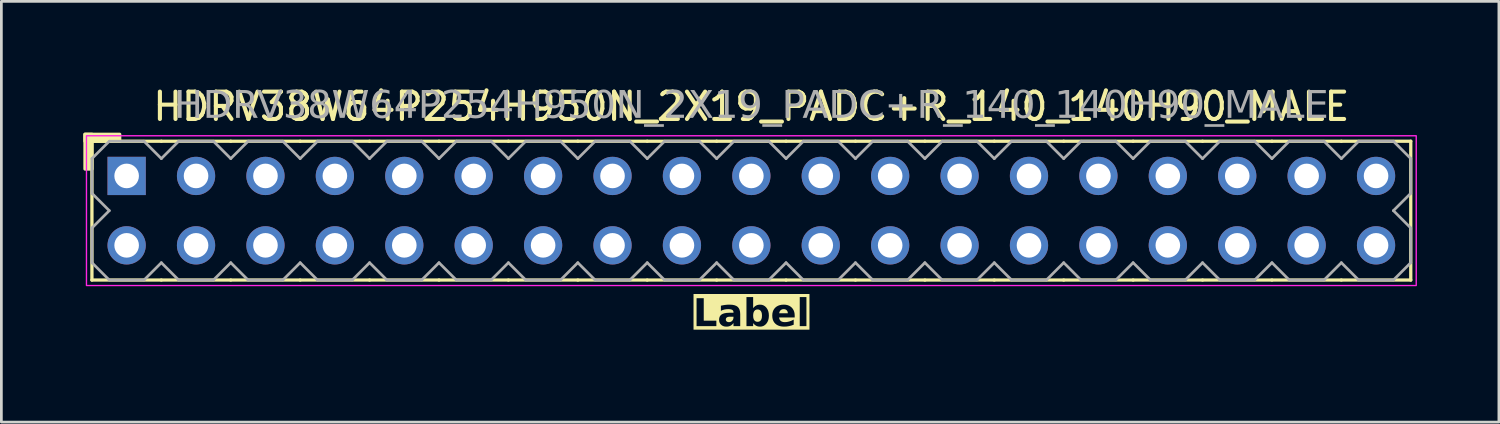
<source format=kicad_pcb>
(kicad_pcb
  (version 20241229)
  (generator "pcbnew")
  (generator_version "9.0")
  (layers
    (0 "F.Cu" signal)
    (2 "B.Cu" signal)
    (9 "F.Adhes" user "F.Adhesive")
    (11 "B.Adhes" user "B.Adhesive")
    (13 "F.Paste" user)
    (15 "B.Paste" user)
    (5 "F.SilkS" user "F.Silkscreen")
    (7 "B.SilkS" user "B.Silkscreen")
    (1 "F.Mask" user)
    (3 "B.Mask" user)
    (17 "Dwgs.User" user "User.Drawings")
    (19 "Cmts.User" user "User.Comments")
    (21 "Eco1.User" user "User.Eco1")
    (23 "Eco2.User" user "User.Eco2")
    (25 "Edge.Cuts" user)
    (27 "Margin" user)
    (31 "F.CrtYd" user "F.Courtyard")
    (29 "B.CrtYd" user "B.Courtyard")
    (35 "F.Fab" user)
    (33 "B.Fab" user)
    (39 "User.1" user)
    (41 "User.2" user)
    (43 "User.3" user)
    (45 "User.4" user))
  (footprint "HDRV38W64P254H950N_2X19_PADC+R_140_140H90_MALE"
    (layer "F.Cu")
    (at 24.444 4.658)
    (property "Reference" "HDRV38W64P254H950N_2X19_PADC+R_140_140H90_MALE" (at 0 -3.81 0) (layer "F.SilkS") (effects (font (size 1 1) (thickness 0.15))))
    (property "Label" "Label" (at 0 3.81 0) (layer "F.SilkS" knockout) (effects (font (face "Tahoma") (size 1 1) (thickness 0.2) (bold yes))))
    (attr through_hole)
    (fp_line (start -24.13 2.54) (end -24.13 -2.54) (stroke (width 0.12) (type solid)) (layer "F.SilkS"))
    (fp_line (start -21.59 -2.54) (end -24.13 -2.54) (stroke (width 0.12) (type solid)) (layer "F.SilkS"))
    (fp_line (start -21.59 2.54) (end -24.13 2.54) (stroke (width 0.12) (type solid)) (layer "F.SilkS"))
    (fp_line (start -19.05 -2.54) (end -21.59 -2.54) (stroke (width 0.12) (type solid)) (layer "F.SilkS"))
    (fp_line (start -19.05 2.54) (end -21.59 2.54) (stroke (width 0.12) (type solid)) (layer "F.SilkS"))
    (fp_line (start -16.51 -2.54) (end -19.05 -2.54) (stroke (width 0.12) (type solid)) (layer "F.SilkS"))
    (fp_line (start -16.51 2.54) (end -19.05 2.54) (stroke (width 0.12) (type solid)) (layer "F.SilkS"))
    (fp_line (start -13.97 -2.54) (end -16.51 -2.54) (stroke (width 0.12) (type solid)) (layer "F.SilkS"))
    (fp_line (start -13.97 2.54) (end -16.51 2.54) (stroke (width 0.12) (type solid)) (layer "F.SilkS"))
    (fp_line (start -11.43 -2.54) (end -13.97 -2.54) (stroke (width 0.12) (type solid)) (layer "F.SilkS"))
    (fp_line (start -11.43 2.54) (end -13.97 2.54) (stroke (width 0.12) (type solid)) (layer "F.SilkS"))
    (fp_line (start -8.89 -2.54) (end -11.43 -2.54) (stroke (width 0.12) (type solid)) (layer "F.SilkS"))
    (fp_line (start -8.89 2.54) (end -11.43 2.54) (stroke (width 0.12) (type solid)) (layer "F.SilkS"))
    (fp_line (start -6.35 -2.54) (end -8.89 -2.54) (stroke (width 0.12) (type solid)) (layer "F.SilkS"))
    (fp_line (start -6.35 2.54) (end -8.89 2.54) (stroke (width 0.12) (type solid)) (layer "F.SilkS"))
    (fp_line (start -3.81 -2.54) (end -6.35 -2.54) (stroke (width 0.12) (type solid)) (layer "F.SilkS"))
    (fp_line (start -3.81 2.54) (end -6.35 2.54) (stroke (width 0.12) (type solid)) (layer "F.SilkS"))
    (fp_line (start -1.27 -2.54) (end -3.81 -2.54) (stroke (width 0.12) (type solid)) (layer "F.SilkS"))
    (fp_line (start -1.27 2.54) (end -3.81 2.54) (stroke (width 0.12) (type solid)) (layer "F.SilkS"))
    (fp_line (start 1.27 -2.54) (end -1.27 -2.54) (stroke (width 0.12) (type solid)) (layer "F.SilkS"))
    (fp_line (start 1.27 2.54) (end -1.27 2.54) (stroke (width 0.12) (type solid)) (layer "F.SilkS"))
    (fp_line (start 3.81 -2.54) (end 1.27 -2.54) (stroke (width 0.12) (type solid)) (layer "F.SilkS"))
    (fp_line (start 3.81 2.54) (end 1.27 2.54) (stroke (width 0.12) (type solid)) (layer "F.SilkS"))
    (fp_line (start 6.35 -2.54) (end 3.81 -2.54) (stroke (width 0.12) (type solid)) (layer "F.SilkS"))
    (fp_line (start 6.35 2.54) (end 3.81 2.54) (stroke (width 0.12) (type solid)) (layer "F.SilkS"))
    (fp_line (start 8.89 -2.54) (end 6.35 -2.54) (stroke (width 0.12) (type solid)) (layer "F.SilkS"))
    (fp_line (start 8.89 2.54) (end 6.35 2.54) (stroke (width 0.12) (type solid)) (layer "F.SilkS"))
    (fp_line (start 11.43 -2.54) (end 8.89 -2.54) (stroke (width 0.12) (type solid)) (layer "F.SilkS"))
    (fp_line (start 11.43 2.54) (end 8.89 2.54) (stroke (width 0.12) (type solid)) (layer "F.SilkS"))
    (fp_line (start 13.97 -2.54) (end 11.43 -2.54) (stroke (width 0.12) (type solid)) (layer "F.SilkS"))
    (fp_line (start 13.97 2.54) (end 11.43 2.54) (stroke (width 0.12) (type solid)) (layer "F.SilkS"))
    (fp_line (start 16.51 -2.54) (end 13.97 -2.54) (stroke (width 0.12) (type solid)) (layer "F.SilkS"))
    (fp_line (start 16.51 2.54) (end 13.97 2.54) (stroke (width 0.12) (type solid)) (layer "F.SilkS"))
    (fp_line (start 19.05 -2.54) (end 16.51 -2.54) (stroke (width 0.12) (type solid)) (layer "F.SilkS"))
    (fp_line (start 19.05 2.54) (end 16.51 2.54) (stroke (width 0.12) (type solid)) (layer "F.SilkS"))
    (fp_line (start 21.59 -2.54) (end 19.05 -2.54) (stroke (width 0.12) (type solid)) (layer "F.SilkS"))
    (fp_line (start 21.59 2.54) (end 19.05 2.54) (stroke (width 0.12) (type solid)) (layer "F.SilkS"))
    (fp_line (start 24.13 -2.54) (end 21.59 -2.54) (stroke (width 0.12) (type solid)) (layer "F.SilkS"))
    (fp_line (start 24.13 2.54) (end 21.59 2.54) (stroke (width 0.12) (type solid)) (layer "F.SilkS"))
    (fp_line (start 24.13 2.54) (end 24.13 -2.54) (stroke (width 0.12) (type solid)) (layer "F.SilkS"))
    (fp_rect (start -24.384 -1.524) (end -24.13 -2.794) (stroke (width 0.12) (type solid)) (fill yes) (layer "F.SilkS"))
    (fp_rect (start -23.114 -2.54) (end -24.384 -2.794) (stroke (width 0.12) (type solid)) (fill yes) (layer "F.SilkS"))
    (fp_rect (start -24.33 -2.74) (end 24.33 2.74) (stroke (width 0.05) (type default)) (fill no) (layer "F.CrtYd"))
    (fp_line (start -24.13 -1.905) (end -24.13 -0.635) (stroke (width 0.1) (type solid)) (layer "F.Fab"))
    (fp_line (start -24.13 -1.905) (end -23.495 -2.54) (stroke (width 0.1) (type solid)) (layer "F.Fab"))
    (fp_line (start -24.13 0.635) (end -24.13 1.905) (stroke (width 0.1) (type solid)) (layer "F.Fab"))
    (fp_line (start -23.495 -2.54) (end -22.225 -2.54) (stroke (width 0.1) (type solid)) (layer "F.Fab"))
    (fp_line (start -23.495 0) (end -24.13 -0.635) (stroke (width 0.1) (type solid)) (layer "F.Fab"))
    (fp_line (start -23.495 0) (end -24.13 0.635) (stroke (width 0.1) (type solid)) (layer "F.Fab"))
    (fp_line (start -23.495 2.54) (end -24.13 1.905) (stroke (width 0.1) (type solid)) (layer "F.Fab"))
    (fp_line (start -22.225 -2.54) (end -21.59 -1.905) (stroke (width 0.1) (type solid)) (layer "F.Fab"))
    (fp_line (start -22.225 2.54) (end -23.495 2.54) (stroke (width 0.1) (type solid)) (layer "F.Fab"))
    (fp_line (start -21.59 -1.905) (end -20.955 -2.54) (stroke (width 0.1) (type solid)) (layer "F.Fab"))
    (fp_line (start -21.59 1.905) (end -22.225 2.54) (stroke (width 0.1) (type solid)) (layer "F.Fab"))
    (fp_line (start -20.955 -2.54) (end -19.685 -2.54) (stroke (width 0.1) (type solid)) (layer "F.Fab"))
    (fp_line (start -20.955 2.54) (end -21.59 1.905) (stroke (width 0.1) (type solid)) (layer "F.Fab"))
    (fp_line (start -19.685 -2.54) (end -19.05 -1.905) (stroke (width 0.1) (type solid)) (layer "F.Fab"))
    (fp_line (start -19.685 2.54) (end -20.955 2.54) (stroke (width 0.1) (type solid)) (layer "F.Fab"))
    (fp_line (start -19.05 -1.905) (end -18.415 -2.54) (stroke (width 0.1) (type solid)) (layer "F.Fab"))
    (fp_line (start -19.05 1.905) (end -19.685 2.54) (stroke (width 0.1) (type solid)) (layer "F.Fab"))
    (fp_line (start -18.415 -2.54) (end -17.145 -2.54) (stroke (width 0.1) (type solid)) (layer "F.Fab"))
    (fp_line (start -18.415 2.54) (end -19.05 1.905) (stroke (width 0.1) (type solid)) (layer "F.Fab"))
    (fp_line (start -17.145 -2.54) (end -16.51 -1.905) (stroke (width 0.1) (type solid)) (layer "F.Fab"))
    (fp_line (start -17.145 2.54) (end -18.415 2.54) (stroke (width 0.1) (type solid)) (layer "F.Fab"))
    (fp_line (start -16.51 -1.905) (end -15.875 -2.54) (stroke (width 0.1) (type solid)) (layer "F.Fab"))
    (fp_line (start -16.51 1.905) (end -17.145 2.54) (stroke (width 0.1) (type solid)) (layer "F.Fab"))
    (fp_line (start -15.875 -2.54) (end -14.605 -2.54) (stroke (width 0.1) (type solid)) (layer "F.Fab"))
    (fp_line (start -15.875 2.54) (end -16.51 1.905) (stroke (width 0.1) (type solid)) (layer "F.Fab"))
    (fp_line (start -14.605 -2.54) (end -13.97 -1.905) (stroke (width 0.1) (type solid)) (layer "F.Fab"))
    (fp_line (start -14.605 2.54) (end -15.875 2.54) (stroke (width 0.1) (type solid)) (layer "F.Fab"))
    (fp_line (start -13.97 -1.905) (end -13.335 -2.54) (stroke (width 0.1) (type solid)) (layer "F.Fab"))
    (fp_line (start -13.97 1.905) (end -14.605 2.54) (stroke (width 0.1) (type solid)) (layer "F.Fab"))
    (fp_line (start -13.335 -2.54) (end -12.065 -2.54) (stroke (width 0.1) (type solid)) (layer "F.Fab"))
    (fp_line (start -13.335 2.54) (end -13.97 1.905) (stroke (width 0.1) (type solid)) (layer "F.Fab"))
    (fp_line (start -12.065 -2.54) (end -11.43 -1.905) (stroke (width 0.1) (type solid)) (layer "F.Fab"))
    (fp_line (start -12.065 2.54) (end -13.335 2.54) (stroke (width 0.1) (type solid)) (layer "F.Fab"))
    (fp_line (start -11.43 -1.905) (end -10.795 -2.54) (stroke (width 0.1) (type solid)) (layer "F.Fab"))
    (fp_line (start -11.43 1.905) (end -12.065 2.54) (stroke (width 0.1) (type solid)) (layer "F.Fab"))
    (fp_line (start -10.795 -2.54) (end -9.525 -2.54) (stroke (width 0.1) (type solid)) (layer "F.Fab"))
    (fp_line (start -10.795 2.54) (end -11.43 1.905) (stroke (width 0.1) (type solid)) (layer "F.Fab"))
    (fp_line (start -9.525 -2.54) (end -8.89 -1.905) (stroke (width 0.1) (type solid)) (layer "F.Fab"))
    (fp_line (start -9.525 2.54) (end -10.795 2.54) (stroke (width 0.1) (type solid)) (layer "F.Fab"))
    (fp_line (start -8.89 -1.905) (end -8.255 -2.54) (stroke (width 0.1) (type solid)) (layer "F.Fab"))
    (fp_line (start -8.89 1.905) (end -9.525 2.54) (stroke (width 0.1) (type solid)) (layer "F.Fab"))
    (fp_line (start -8.255 -2.54) (end -6.985 -2.54) (stroke (width 0.1) (type solid)) (layer "F.Fab"))
    (fp_line (start -8.255 2.54) (end -8.89 1.905) (stroke (width 0.1) (type solid)) (layer "F.Fab"))
    (fp_line (start -6.985 -2.54) (end -6.35 -1.905) (stroke (width 0.1) (type solid)) (layer "F.Fab"))
    (fp_line (start -6.985 2.54) (end -8.255 2.54) (stroke (width 0.1) (type solid)) (layer "F.Fab"))
    (fp_line (start -6.35 -1.905) (end -5.715 -2.54) (stroke (width 0.1) (type solid)) (layer "F.Fab"))
    (fp_line (start -6.35 1.905) (end -6.985 2.54) (stroke (width 0.1) (type solid)) (layer "F.Fab"))
    (fp_line (start -5.715 -2.54) (end -4.445 -2.54) (stroke (width 0.1) (type solid)) (layer "F.Fab"))
    (fp_line (start -5.715 2.54) (end -6.35 1.905) (stroke (width 0.1) (type solid)) (layer "F.Fab"))
    (fp_line (start -4.445 -2.54) (end -3.81 -1.905) (stroke (width 0.1) (type solid)) (layer "F.Fab"))
    (fp_line (start -4.445 2.54) (end -5.715 2.54) (stroke (width 0.1) (type solid)) (layer "F.Fab"))
    (fp_line (start -3.81 -1.905) (end -3.175 -2.54) (stroke (width 0.1) (type solid)) (layer "F.Fab"))
    (fp_line (start -3.81 1.905) (end -4.445 2.54) (stroke (width 0.1) (type solid)) (layer "F.Fab"))
    (fp_line (start -3.175 -2.54) (end -1.905 -2.54) (stroke (width 0.1) (type solid)) (layer "F.Fab"))
    (fp_line (start -3.175 2.54) (end -3.81 1.905) (stroke (width 0.1) (type solid)) (layer "F.Fab"))
    (fp_line (start -1.905 -2.54) (end -1.27 -1.905) (stroke (width 0.1) (type solid)) (layer "F.Fab"))
    (fp_line (start -1.905 2.54) (end -3.175 2.54) (stroke (width 0.1) (type solid)) (layer "F.Fab"))
    (fp_line (start -1.27 -1.905) (end -0.635 -2.54) (stroke (width 0.1) (type solid)) (layer "F.Fab"))
    (fp_line (start -1.27 1.905) (end -1.905 2.54) (stroke (width 0.1) (type solid)) (layer "F.Fab"))
    (fp_line (start -0.635 -2.54) (end 0.635 -2.54) (stroke (width 0.1) (type solid)) (layer "F.Fab"))
    (fp_line (start -0.635 2.54) (end -1.27 1.905) (stroke (width 0.1) (type solid)) (layer "F.Fab"))
    (fp_line (start 0.635 -2.54) (end 1.27 -1.905) (stroke (width 0.1) (type solid)) (layer "F.Fab"))
    (fp_line (start 0.635 2.54) (end -0.635 2.54) (stroke (width 0.1) (type solid)) (layer "F.Fab"))
    (fp_line (start 1.27 -1.905) (end 1.905 -2.54) (stroke (width 0.1) (type solid)) (layer "F.Fab"))
    (fp_line (start 1.27 1.905) (end 0.635 2.54) (stroke (width 0.1) (type solid)) (layer "F.Fab"))
    (fp_line (start 1.905 -2.54) (end 3.175 -2.54) (stroke (width 0.1) (type solid)) (layer "F.Fab"))
    (fp_line (start 1.905 2.54) (end 1.27 1.905) (stroke (width 0.1) (type solid)) (layer "F.Fab"))
    (fp_line (start 3.175 -2.54) (end 3.81 -1.905) (stroke (width 0.1) (type solid)) (layer "F.Fab"))
    (fp_line (start 3.175 2.54) (end 1.905 2.54) (stroke (width 0.1) (type solid)) (layer "F.Fab"))
    (fp_line (start 3.81 -1.905) (end 4.445 -2.54) (stroke (width 0.1) (type solid)) (layer "F.Fab"))
    (fp_line (start 3.81 1.905) (end 3.175 2.54) (stroke (width 0.1) (type solid)) (layer "F.Fab"))
    (fp_line (start 4.445 -2.54) (end 5.715 -2.54) (stroke (width 0.1) (type solid)) (layer "F.Fab"))
    (fp_line (start 4.445 2.54) (end 3.81 1.905) (stroke (width 0.1) (type solid)) (layer "F.Fab"))
    (fp_line (start 5.715 -2.54) (end 6.35 -1.905) (stroke (width 0.1) (type solid)) (layer "F.Fab"))
    (fp_line (start 5.715 2.54) (end 4.445 2.54) (stroke (width 0.1) (type solid)) (layer "F.Fab"))
    (fp_line (start 6.35 -1.905) (end 6.985 -2.54) (stroke (width 0.1) (type solid)) (layer "F.Fab"))
    (fp_line (start 6.35 1.905) (end 5.715 2.54) (stroke (width 0.1) (type solid)) (layer "F.Fab"))
    (fp_line (start 6.985 -2.54) (end 8.255 -2.54) (stroke (width 0.1) (type solid)) (layer "F.Fab"))
    (fp_line (start 6.985 2.54) (end 6.35 1.905) (stroke (width 0.1) (type solid)) (layer "F.Fab"))
    (fp_line (start 8.255 -2.54) (end 8.89 -1.905) (stroke (width 0.1) (type solid)) (layer "F.Fab"))
    (fp_line (start 8.255 2.54) (end 6.985 2.54) (stroke (width 0.1) (type solid)) (layer "F.Fab"))
    (fp_line (start 8.89 -1.905) (end 9.525 -2.54) (stroke (width 0.1) (type solid)) (layer "F.Fab"))
    (fp_line (start 8.89 1.905) (end 8.255 2.54) (stroke (width 0.1) (type solid)) (layer "F.Fab"))
    (fp_line (start 9.525 -2.54) (end 10.795 -2.54) (stroke (width 0.1) (type solid)) (layer "F.Fab"))
    (fp_line (start 9.525 2.54) (end 8.89 1.905) (stroke (width 0.1) (type solid)) (layer "F.Fab"))
    (fp_line (start 10.795 -2.54) (end 11.43 -1.905) (stroke (width 0.1) (type solid)) (layer "F.Fab"))
    (fp_line (start 10.795 2.54) (end 9.525 2.54) (stroke (width 0.1) (type solid)) (layer "F.Fab"))
    (fp_line (start 11.43 -1.905) (end 12.065 -2.54) (stroke (width 0.1) (type solid)) (layer "F.Fab"))
    (fp_line (start 11.43 1.905) (end 10.795 2.54) (stroke (width 0.1) (type solid)) (layer "F.Fab"))
    (fp_line (start 12.065 -2.54) (end 13.335 -2.54) (stroke (width 0.1) (type solid)) (layer "F.Fab"))
    (fp_line (start 12.065 2.54) (end 11.43 1.905) (stroke (width 0.1) (type solid)) (layer "F.Fab"))
    (fp_line (start 13.335 -2.54) (end 13.97 -1.905) (stroke (width 0.1) (type solid)) (layer "F.Fab"))
    (fp_line (start 13.335 2.54) (end 12.065 2.54) (stroke (width 0.1) (type solid)) (layer "F.Fab"))
    (fp_line (start 13.97 -1.905) (end 14.605 -2.54) (stroke (width 0.1) (type solid)) (layer "F.Fab"))
    (fp_line (start 13.97 1.905) (end 13.335 2.54) (stroke (width 0.1) (type solid)) (layer "F.Fab"))
    (fp_line (start 14.605 -2.54) (end 15.875 -2.54) (stroke (width 0.1) (type solid)) (layer "F.Fab"))
    (fp_line (start 14.605 2.54) (end 13.97 1.905) (stroke (width 0.1) (type solid)) (layer "F.Fab"))
    (fp_line (start 15.875 -2.54) (end 16.51 -1.905) (stroke (width 0.1) (type solid)) (layer "F.Fab"))
    (fp_line (start 15.875 2.54) (end 14.605 2.54) (stroke (width 0.1) (type solid)) (layer "F.Fab"))
    (fp_line (start 16.51 -1.905) (end 17.145 -2.54) (stroke (width 0.1) (type solid)) (layer "F.Fab"))
    (fp_line (start 16.51 1.905) (end 15.875 2.54) (stroke (width 0.1) (type solid)) (layer "F.Fab"))
    (fp_line (start 17.145 -2.54) (end 18.415 -2.54) (stroke (width 0.1) (type solid)) (layer "F.Fab"))
    (fp_line (start 17.145 2.54) (end 16.51 1.905) (stroke (width 0.1) (type solid)) (layer "F.Fab"))
    (fp_line (start 18.415 -2.54) (end 19.05 -1.905) (stroke (width 0.1) (type solid)) (layer "F.Fab"))
    (fp_line (start 18.415 2.54) (end 17.145 2.54) (stroke (width 0.1) (type solid)) (layer "F.Fab"))
    (fp_line (start 19.05 -1.905) (end 19.685 -2.54) (stroke (width 0.1) (type solid)) (layer "F.Fab"))
    (fp_line (start 19.05 1.905) (end 18.415 2.54) (stroke (width 0.1) (type solid)) (layer "F.Fab"))
    (fp_line (start 19.685 -2.54) (end 20.955 -2.54) (stroke (width 0.1) (type solid)) (layer "F.Fab"))
    (fp_line (start 19.685 2.54) (end 19.05 1.905) (stroke (width 0.1) (type solid)) (layer "F.Fab"))
    (fp_line (start 20.955 -2.54) (end 21.59 -1.905) (stroke (width 0.1) (type solid)) (layer "F.Fab"))
    (fp_line (start 20.955 2.54) (end 19.685 2.54) (stroke (width 0.1) (type solid)) (layer "F.Fab"))
    (fp_line (start 21.59 -1.905) (end 22.225 -2.54) (stroke (width 0.1) (type solid)) (layer "F.Fab"))
    (fp_line (start 21.59 1.905) (end 20.955 2.54) (stroke (width 0.1) (type solid)) (layer "F.Fab"))
    (fp_line (start 22.225 -2.54) (end 23.495 -2.54) (stroke (width 0.1) (type solid)) (layer "F.Fab"))
    (fp_line (start 22.225 2.54) (end 21.59 1.905) (stroke (width 0.1) (type solid)) (layer "F.Fab"))
    (fp_line (start 23.495 -2.54) (end 24.13 -1.905) (stroke (width 0.1) (type solid)) (layer "F.Fab"))
    (fp_line (start 23.495 0) (end 24.13 0.635) (stroke (width 0.1) (type solid)) (layer "F.Fab"))
    (fp_line (start 23.495 2.54) (end 22.225 2.54) (stroke (width 0.1) (type solid)) (layer "F.Fab"))
    (fp_line (start 24.13 -1.905) (end 24.13 -0.635) (stroke (width 0.1) (type solid)) (layer "F.Fab"))
    (fp_line (start 24.13 -0.635) (end 23.495 0) (stroke (width 0.1) (type solid)) (layer "F.Fab"))
    (fp_line (start 24.13 0.635) (end 24.13 1.905) (stroke (width 0.1) (type solid)) (layer "F.Fab"))
    (fp_line (start 24.13 1.905) (end 23.495 2.54) (stroke (width 0.1) (type solid)) (layer "F.Fab"))
    (fp_rect (start -22.606 -1.524) (end -23.114 -1.016) (stroke (width 0.1) (type solid)) (fill no) (layer "F.Fab"))
    (fp_rect (start -22.606 1.016) (end -23.114 1.524) (stroke (width 0.1) (type solid)) (fill no) (layer "F.Fab"))
    (fp_rect (start -20.066 -1.524) (end -20.574 -1.016) (stroke (width 0.1) (type solid)) (fill no) (layer "F.Fab"))
    (fp_rect (start -20.066 1.016) (end -20.574 1.524) (stroke (width 0.1) (type solid)) (fill no) (layer "F.Fab"))
    (fp_rect (start -17.526 -1.524) (end -18.034 -1.016) (stroke (width 0.1) (type solid)) (fill no) (layer "F.Fab"))
    (fp_rect (start -17.526 1.016) (end -18.034 1.524) (stroke (width 0.1) (type solid)) (fill no) (layer "F.Fab"))
    (fp_rect (start -14.986 -1.524) (end -15.494 -1.016) (stroke (width 0.1) (type solid)) (fill no) (layer "F.Fab"))
    (fp_rect (start -14.986 1.016) (end -15.494 1.524) (stroke (width 0.1) (type solid)) (fill no) (layer "F.Fab"))
    (fp_rect (start -12.446 -1.524) (end -12.954 -1.016) (stroke (width 0.1) (type solid)) (fill no) (layer "F.Fab"))
    (fp_rect (start -12.446 1.016) (end -12.954 1.524) (stroke (width 0.1) (type solid)) (fill no) (layer "F.Fab"))
    (fp_rect (start -9.906 -1.524) (end -10.414 -1.016) (stroke (width 0.1) (type solid)) (fill no) (layer "F.Fab"))
    (fp_rect (start -9.906 1.016) (end -10.414 1.524) (stroke (width 0.1) (type solid)) (fill no) (layer "F.Fab"))
    (fp_rect (start -7.366 -1.524) (end -7.874 -1.016) (stroke (width 0.1) (type solid)) (fill no) (layer "F.Fab"))
    (fp_rect (start -7.366 1.016) (end -7.874 1.524) (stroke (width 0.1) (type solid)) (fill no) (layer "F.Fab"))
    (fp_rect (start -4.826 -1.524) (end -5.334 -1.016) (stroke (width 0.1) (type solid)) (fill no) (layer "F.Fab"))
    (fp_rect (start -4.826 1.016) (end -5.334 1.524) (stroke (width 0.1) (type solid)) (fill no) (layer "F.Fab"))
    (fp_rect (start -2.286 -1.524) (end -2.794 -1.016) (stroke (width 0.1) (type solid)) (fill no) (layer "F.Fab"))
    (fp_rect (start -2.286 1.016) (end -2.794 1.524) (stroke (width 0.1) (type solid)) (fill no) (layer "F.Fab"))
    (fp_rect (start 0.254 -1.524) (end -0.254 -1.016) (stroke (width 0.1) (type solid)) (fill no) (layer "F.Fab"))
    (fp_rect (start 0.254 1.016) (end -0.254 1.524) (stroke (width 0.1) (type solid)) (fill no) (layer "F.Fab"))
    (fp_rect (start 2.794 -1.524) (end 2.286 -1.016) (stroke (width 0.1) (type solid)) (fill no) (layer "F.Fab"))
    (fp_rect (start 2.794 1.016) (end 2.286 1.524) (stroke (width 0.1) (type solid)) (fill no) (layer "F.Fab"))
    (fp_rect (start 5.334 -1.524) (end 4.826 -1.016) (stroke (width 0.1) (type solid)) (fill no) (layer "F.Fab"))
    (fp_rect (start 5.334 1.016) (end 4.826 1.524) (stroke (width 0.1) (type solid)) (fill no) (layer "F.Fab"))
    (fp_rect (start 7.874 -1.524) (end 7.366 -1.016) (stroke (width 0.1) (type solid)) (fill no) (layer "F.Fab"))
    (fp_rect (start 7.874 1.016) (end 7.366 1.524) (stroke (width 0.1) (type solid)) (fill no) (layer "F.Fab"))
    (fp_rect (start 10.414 -1.524) (end 9.906 -1.016) (stroke (width 0.1) (type solid)) (fill no) (layer "F.Fab"))
    (fp_rect (start 10.414 1.016) (end 9.906 1.524) (stroke (width 0.1) (type solid)) (fill no) (layer "F.Fab"))
    (fp_rect (start 12.954 -1.524) (end 12.446 -1.016) (stroke (width 0.1) (type solid)) (fill no) (layer "F.Fab"))
    (fp_rect (start 12.954 1.016) (end 12.446 1.524) (stroke (width 0.1) (type solid)) (fill no) (layer "F.Fab"))
    (fp_rect (start 15.494 -1.524) (end 14.986 -1.016) (stroke (width 0.1) (type solid)) (fill no) (layer "F.Fab"))
    (fp_rect (start 15.494 1.016) (end 14.986 1.524) (stroke (width 0.1) (type solid)) (fill no) (layer "F.Fab"))
    (fp_rect (start 18.034 -1.524) (end 17.526 -1.016) (stroke (width 0.1) (type solid)) (fill no) (layer "F.Fab"))
    (fp_rect (start 18.034 1.016) (end 17.526 1.524) (stroke (width 0.1) (type solid)) (fill no) (layer "F.Fab"))
    (fp_rect (start 20.574 -1.524) (end 20.066 -1.016) (stroke (width 0.1) (type solid)) (fill no) (layer "F.Fab"))
    (fp_rect (start 20.574 1.016) (end 20.066 1.524) (stroke (width 0.1) (type solid)) (fill no) (layer "F.Fab"))
    (fp_rect (start 23.114 -1.524) (end 22.606 -1.016) (stroke (width 0.1) (type solid)) (fill no) (layer "F.Fab"))
    (fp_rect (start 23.114 1.016) (end 22.606 1.524) (stroke (width 0.1) (type solid)) (fill no) (layer "F.Fab"))
    (fp_text user "${REFERENCE}" (at 0 -3.81 0) (layer "F.Fab") (effects (font (face "Tahoma") (size 1 1) (thickness 0.15))))
    (pad "1" thru_hole rect (at -22.86 -1.27) (size 1.4 1.4) (drill 0.9) (layers "*.Cu" "*.Mask"))
    (pad "2" thru_hole circle (at -22.86 1.27) (size 1.4 1.4) (drill 0.9) (layers "*.Cu" "*.Mask"))
    (pad "3" thru_hole circle (at -20.32 -1.27) (size 1.4 1.4) (drill 0.9) (layers "*.Cu" "*.Mask"))
    (pad "4" thru_hole circle (at -20.32 1.27) (size 1.4 1.4) (drill 0.9) (layers "*.Cu" "*.Mask"))
    (pad "5" thru_hole circle (at -17.78 -1.27) (size 1.4 1.4) (drill 0.9) (layers "*.Cu" "*.Mask"))
    (pad "6" thru_hole circle (at -17.78 1.27) (size 1.4 1.4) (drill 0.9) (layers "*.Cu" "*.Mask"))
    (pad "7" thru_hole circle (at -15.24 -1.27) (size 1.4 1.4) (drill 0.9) (layers "*.Cu" "*.Mask"))
    (pad "8" thru_hole circle (at -15.24 1.27) (size 1.4 1.4) (drill 0.9) (layers "*.Cu" "*.Mask"))
    (pad "9" thru_hole circle (at -12.7 -1.27) (size 1.4 1.4) (drill 0.9) (layers "*.Cu" "*.Mask"))
    (pad "10" thru_hole circle (at -12.7 1.27) (size 1.4 1.4) (drill 0.9) (layers "*.Cu" "*.Mask"))
    (pad "11" thru_hole circle (at -10.16 -1.27) (size 1.4 1.4) (drill 0.9) (layers "*.Cu" "*.Mask"))
    (pad "12" thru_hole circle (at -10.16 1.27) (size 1.4 1.4) (drill 0.9) (layers "*.Cu" "*.Mask"))
    (pad "13" thru_hole circle (at -7.62 -1.27) (size 1.4 1.4) (drill 0.9) (layers "*.Cu" "*.Mask"))
    (pad "14" thru_hole circle (at -7.62 1.27) (size 1.4 1.4) (drill 0.9) (layers "*.Cu" "*.Mask"))
    (pad "15" thru_hole circle (at -5.08 -1.27) (size 1.4 1.4) (drill 0.9) (layers "*.Cu" "*.Mask"))
    (pad "16" thru_hole circle (at -5.08 1.27) (size 1.4 1.4) (drill 0.9) (layers "*.Cu" "*.Mask"))
    (pad "17" thru_hole circle (at -2.54 -1.27) (size 1.4 1.4) (drill 0.9) (layers "*.Cu" "*.Mask"))
    (pad "18" thru_hole circle (at -2.54 1.27) (size 1.4 1.4) (drill 0.9) (layers "*.Cu" "*.Mask"))
    (pad "19" thru_hole circle (at 0 -1.27) (size 1.4 1.4) (drill 0.9) (layers "*.Cu" "*.Mask"))
    (pad "20" thru_hole circle (at 0 1.27) (size 1.4 1.4) (drill 0.9) (layers "*.Cu" "*.Mask"))
    (pad "21" thru_hole circle (at 2.54 -1.27) (size 1.4 1.4) (drill 0.9) (layers "*.Cu" "*.Mask"))
    (pad "22" thru_hole circle (at 2.54 1.27) (size 1.4 1.4) (drill 0.9) (layers "*.Cu" "*.Mask"))
    (pad "23" thru_hole circle (at 5.08 -1.27) (size 1.4 1.4) (drill 0.9) (layers "*.Cu" "*.Mask"))
    (pad "24" thru_hole circle (at 5.08 1.27) (size 1.4 1.4) (drill 0.9) (layers "*.Cu" "*.Mask"))
    (pad "25" thru_hole circle (at 7.62 -1.27) (size 1.4 1.4) (drill 0.9) (layers "*.Cu" "*.Mask"))
    (pad "26" thru_hole circle (at 7.62 1.27) (size 1.4 1.4) (drill 0.9) (layers "*.Cu" "*.Mask"))
    (pad "27" thru_hole circle (at 10.16 -1.27) (size 1.4 1.4) (drill 0.9) (layers "*.Cu" "*.Mask"))
    (pad "28" thru_hole circle (at 10.16 1.27) (size 1.4 1.4) (drill 0.9) (layers "*.Cu" "*.Mask"))
    (pad "29" thru_hole circle (at 12.7 -1.27) (size 1.4 1.4) (drill 0.9) (layers "*.Cu" "*.Mask"))
    (pad "30" thru_hole circle (at 12.7 1.27) (size 1.4 1.4) (drill 0.9) (layers "*.Cu" "*.Mask"))
    (pad "31" thru_hole circle (at 15.24 -1.27) (size 1.4 1.4) (drill 0.9) (layers "*.Cu" "*.Mask"))
    (pad "32" thru_hole circle (at 15.24 1.27) (size 1.4 1.4) (drill 0.9) (layers "*.Cu" "*.Mask"))
    (pad "33" thru_hole circle (at 17.78 -1.27) (size 1.4 1.4) (drill 0.9) (layers "*.Cu" "*.Mask"))
    (pad "34" thru_hole circle (at 17.78 1.27) (size 1.4 1.4) (drill 0.9) (layers "*.Cu" "*.Mask"))
    (pad "35" thru_hole circle (at 20.32 -1.27) (size 1.4 1.4) (drill 0.9) (layers "*.Cu" "*.Mask"))
    (pad "36" thru_hole circle (at 20.32 1.27) (size 1.4 1.4) (drill 0.9) (layers "*.Cu" "*.Mask"))
    (pad "37" thru_hole circle (at 22.86 -1.27) (size 1.4 1.4) (drill 0.9) (layers "*.Cu" "*.Mask"))
    (pad "38" thru_hole circle (at 22.86 1.27) (size 1.4 1.4) (drill 0.9) (layers "*.Cu" "*.Mask")))
  (gr_rect
    (start -3 -3)
    (end 51.799 12.396)
    (stroke (width 0.1) (type default))
    (fill no)
    (layer "Edge.Cuts")))
</source>
